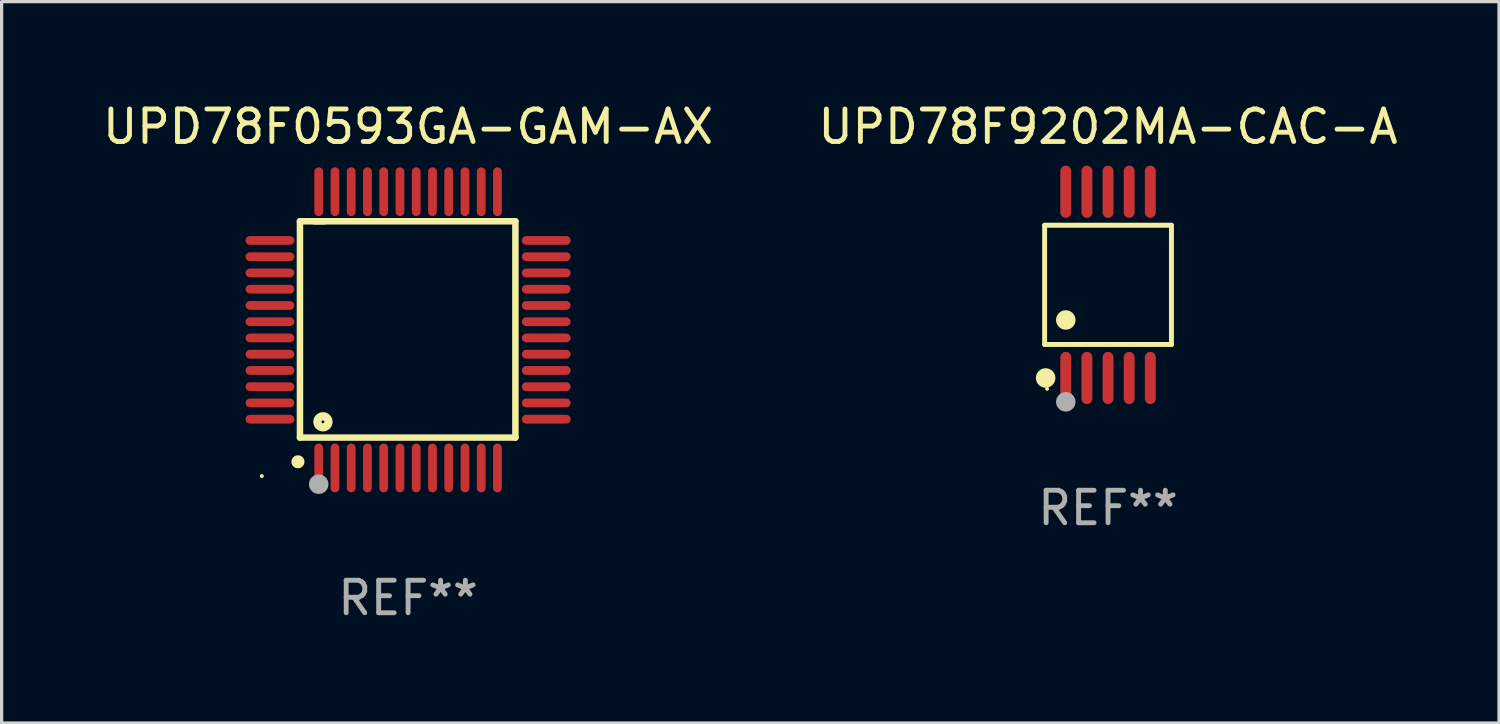
<source format=kicad_pcb>
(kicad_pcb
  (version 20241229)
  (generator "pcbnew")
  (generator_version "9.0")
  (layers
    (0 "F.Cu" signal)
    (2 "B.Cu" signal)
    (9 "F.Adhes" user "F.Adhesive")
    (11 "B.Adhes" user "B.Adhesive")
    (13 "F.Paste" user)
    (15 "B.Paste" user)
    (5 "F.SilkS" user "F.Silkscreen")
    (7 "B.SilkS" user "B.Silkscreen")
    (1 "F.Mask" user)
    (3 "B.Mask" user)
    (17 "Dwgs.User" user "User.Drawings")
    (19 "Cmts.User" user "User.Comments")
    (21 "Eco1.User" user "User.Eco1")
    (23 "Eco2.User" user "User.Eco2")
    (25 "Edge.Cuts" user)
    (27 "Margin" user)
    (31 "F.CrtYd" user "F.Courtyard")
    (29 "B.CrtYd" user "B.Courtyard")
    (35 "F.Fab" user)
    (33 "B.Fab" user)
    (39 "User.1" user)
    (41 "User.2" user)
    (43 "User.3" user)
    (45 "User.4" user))
  (footprint "UPD78F0593GA-GAM-AX"
    (layer "F.Cu")
    (at 9.506 7.098)
    (property "Reference" "UPD78F0593GA-GAM-AX" (at 0 -6.25 0) (layer "F.SilkS") (effects (font (size 1 1) (thickness 0.15))))
    (attr through_hole)
    (fp_line (start -3.327 -3.34) (end -2.565 -3.34) (stroke (width 0.2) (type solid)) (layer "F.SilkS"))
    (fp_line (start -3.327 3.315) (end -3.327 -3.34) (stroke (width 0.2) (type solid)) (layer "F.SilkS"))
    (fp_line (start -2.896 -3.34) (end 3.302 -3.34) (stroke (width 0.2) (type solid)) (layer "F.SilkS"))
    (fp_line (start 3.302 -3.34) (end 3.302 3.315) (stroke (width 0.2) (type solid)) (layer "F.SilkS"))
    (fp_line (start 3.302 3.315) (end -3.327 3.315) (stroke (width 0.2) (type solid)) (layer "F.SilkS"))
    (fp_arc (start -3.389992 4.059995) (mid -3.388722 4.059991) (end -3.387452 4.059995) (stroke (width 0.4) (type solid)) (layer "F.SilkS"))
    (fp_circle (center -4.5 4.5) (end -4.47 4.5) (stroke (width 0.06) (type solid)) (fill no) (layer "F.SilkS"))
    (fp_circle (center -2.62 2.83) (end -2.45 2.83) (stroke (width 0.254) (type solid)) (fill no) (layer "F.SilkS"))
    (fp_circle (center -2.75 4.75) (end -2.6 4.75) (stroke (width 0.3) (type solid)) (fill no) (layer "F.Fab"))
    (fp_text user "REF**" (at 0 8.25 0) (layer "F.Fab") (effects (font (size 1 1) (thickness 0.15))))
    (pad "1" smd oval (at -2.75 4.25) (size 0.27 1.5) (layers "F.Cu" "F.Mask" "F.Paste"))
    (pad "2" smd oval (at -2.25 4.25) (size 0.27 1.5) (layers "F.Cu" "F.Mask" "F.Paste"))
    (pad "3" smd oval (at -1.75 4.25) (size 0.27 1.5) (layers "F.Cu" "F.Mask" "F.Paste"))
    (pad "4" smd oval (at -1.25 4.25) (size 0.27 1.5) (layers "F.Cu" "F.Mask" "F.Paste"))
    (pad "5" smd oval (at -0.75 4.25) (size 0.27 1.5) (layers "F.Cu" "F.Mask" "F.Paste"))
    (pad "6" smd oval (at -0.25 4.25) (size 0.27 1.5) (layers "F.Cu" "F.Mask" "F.Paste"))
    (pad "7" smd oval (at 0.25 4.25) (size 0.27 1.5) (layers "F.Cu" "F.Mask" "F.Paste"))
    (pad "8" smd oval (at 0.75 4.25) (size 0.27 1.5) (layers "F.Cu" "F.Mask" "F.Paste"))
    (pad "9" smd oval (at 1.25 4.25) (size 0.27 1.5) (layers "F.Cu" "F.Mask" "F.Paste"))
    (pad "10" smd oval (at 1.75 4.25) (size 0.27 1.5) (layers "F.Cu" "F.Mask" "F.Paste"))
    (pad "11" smd oval (at 2.25 4.25) (size 0.27 1.5) (layers "F.Cu" "F.Mask" "F.Paste"))
    (pad "12" smd oval (at 2.75 4.25) (size 0.27 1.5) (layers "F.Cu" "F.Mask" "F.Paste"))
    (pad "13" smd oval (at 4.25 2.75) (size 1.5 0.27) (layers "F.Cu" "F.Mask" "F.Paste"))
    (pad "14" smd oval (at 4.25 2.25) (size 1.5 0.27) (layers "F.Cu" "F.Mask" "F.Paste"))
    (pad "15" smd oval (at 4.25 1.75) (size 1.5 0.27) (layers "F.Cu" "F.Mask" "F.Paste"))
    (pad "16" smd oval (at 4.25 1.25) (size 1.5 0.27) (layers "F.Cu" "F.Mask" "F.Paste"))
    (pad "17" smd oval (at 4.25 0.75) (size 1.5 0.27) (layers "F.Cu" "F.Mask" "F.Paste"))
    (pad "18" smd oval (at 4.25 0.25) (size 1.5 0.27) (layers "F.Cu" "F.Mask" "F.Paste"))
    (pad "19" smd oval (at 4.25 -0.25) (size 1.5 0.27) (layers "F.Cu" "F.Mask" "F.Paste"))
    (pad "20" smd oval (at 4.25 -0.75) (size 1.5 0.27) (layers "F.Cu" "F.Mask" "F.Paste"))
    (pad "21" smd oval (at 4.25 -1.25) (size 1.5 0.27) (layers "F.Cu" "F.Mask" "F.Paste"))
    (pad "22" smd oval (at 4.25 -1.75) (size 1.5 0.27) (layers "F.Cu" "F.Mask" "F.Paste"))
    (pad "23" smd oval (at 4.25 -2.25) (size 1.5 0.27) (layers "F.Cu" "F.Mask" "F.Paste"))
    (pad "24" smd oval (at 4.25 -2.75) (size 1.5 0.27) (layers "F.Cu" "F.Mask" "F.Paste"))
    (pad "25" smd oval (at 2.75 -4.25) (size 0.27 1.5) (layers "F.Cu" "F.Mask" "F.Paste"))
    (pad "26" smd oval (at 2.25 -4.25) (size 0.27 1.5) (layers "F.Cu" "F.Mask" "F.Paste"))
    (pad "27" smd oval (at 1.75 -4.25) (size 0.27 1.5) (layers "F.Cu" "F.Mask" "F.Paste"))
    (pad "28" smd oval (at 1.25 -4.25) (size 0.27 1.5) (layers "F.Cu" "F.Mask" "F.Paste"))
    (pad "29" smd oval (at 0.75 -4.25) (size 0.27 1.5) (layers "F.Cu" "F.Mask" "F.Paste"))
    (pad "30" smd oval (at 0.25 -4.25) (size 0.27 1.5) (layers "F.Cu" "F.Mask" "F.Paste"))
    (pad "31" smd oval (at -0.25 -4.25) (size 0.27 1.5) (layers "F.Cu" "F.Mask" "F.Paste"))
    (pad "32" smd oval (at -0.75 -4.25) (size 0.27 1.5) (layers "F.Cu" "F.Mask" "F.Paste"))
    (pad "33" smd oval (at -1.25 -4.25) (size 0.27 1.5) (layers "F.Cu" "F.Mask" "F.Paste"))
    (pad "34" smd oval (at -1.75 -4.25) (size 0.27 1.5) (layers "F.Cu" "F.Mask" "F.Paste"))
    (pad "35" smd oval (at -2.25 -4.25) (size 0.27 1.5) (layers "F.Cu" "F.Mask" "F.Paste"))
    (pad "36" smd oval (at -2.75 -4.25) (size 0.27 1.5) (layers "F.Cu" "F.Mask" "F.Paste"))
    (pad "37" smd oval (at -4.25 -2.75) (size 1.5 0.27) (layers "F.Cu" "F.Mask" "F.Paste"))
    (pad "38" smd oval (at -4.25 -2.25) (size 1.5 0.27) (layers "F.Cu" "F.Mask" "F.Paste"))
    (pad "39" smd oval (at -4.25 -1.75) (size 1.5 0.27) (layers "F.Cu" "F.Mask" "F.Paste"))
    (pad "40" smd oval (at -4.25 -1.25) (size 1.5 0.27) (layers "F.Cu" "F.Mask" "F.Paste"))
    (pad "41" smd oval (at -4.25 -0.75) (size 1.5 0.27) (layers "F.Cu" "F.Mask" "F.Paste"))
    (pad "42" smd oval (at -4.25 -0.25) (size 1.5 0.27) (layers "F.Cu" "F.Mask" "F.Paste"))
    (pad "43" smd oval (at -4.25 0.25) (size 1.5 0.27) (layers "F.Cu" "F.Mask" "F.Paste"))
    (pad "44" smd oval (at -4.25 0.75) (size 1.5 0.27) (layers "F.Cu" "F.Mask" "F.Paste"))
    (pad "45" smd oval (at -4.25 1.25) (size 1.5 0.27) (layers "F.Cu" "F.Mask" "F.Paste"))
    (pad "46" smd oval (at -4.25 1.75) (size 1.5 0.27) (layers "F.Cu" "F.Mask" "F.Paste"))
    (pad "47" smd oval (at -4.25 2.25) (size 1.5 0.27) (layers "F.Cu" "F.Mask" "F.Paste"))
    (pad "48" smd oval (at -4.25 2.75) (size 1.5 0.27) (layers "F.Cu" "F.Mask" "F.Paste")))
  (footprint "UPD78F9202MA-CAC-A"
    (layer "F.Cu")
    (at 31.042 5.714)
    (property "Reference" "UPD78F9202MA-CAC-A" (at 0 -4.865 0) (layer "F.SilkS") (effects (font (size 1 1) (thickness 0.15))))
    (attr through_hole)
    (fp_line (start -1.951 -1.834) (end 1.951 -1.834) (stroke (width 0.152) (type solid)) (layer "F.SilkS"))
    (fp_line (start -1.951 1.834) (end -1.951 -1.834) (stroke (width 0.152) (type solid)) (layer "F.SilkS"))
    (fp_line (start 1.951 -1.834) (end 1.951 1.834) (stroke (width 0.152) (type solid)) (layer "F.SilkS"))
    (fp_line (start 1.951 1.834) (end -1.951 1.834) (stroke (width 0.152) (type solid)) (layer "F.SilkS"))
    (fp_circle (center -1.92 2.865) (end -1.77 2.865) (stroke (width 0.3) (type solid)) (fill no) (layer "F.SilkS"))
    (fp_circle (center -1.875 3.2) (end -1.845 3.2) (stroke (width 0.06) (type solid)) (fill no) (layer "F.SilkS"))
    (fp_circle (center -1.3 1.081) (end -1.15 1.081) (stroke (width 0.3) (type solid)) (fill no) (layer "F.SilkS"))
    (fp_circle (center -1.3 3.6) (end -1.15 3.6) (stroke (width 0.3) (type solid)) (fill no) (layer "F.Fab"))
    (fp_text user "REF**" (at 0 6.865 0) (layer "F.Fab") (effects (font (size 1 1) (thickness 0.15))))
    (pad "1" smd oval (at -1.3 2.865) (size 0.336 1.606) (layers "F.Cu" "F.Mask" "F.Paste"))
    (pad "2" smd oval (at -0.65 2.865) (size 0.336 1.606) (layers "F.Cu" "F.Mask" "F.Paste"))
    (pad "3" smd oval (at 0 2.865) (size 0.336 1.606) (layers "F.Cu" "F.Mask" "F.Paste"))
    (pad "4" smd oval (at 0.65 2.865) (size 0.336 1.606) (layers "F.Cu" "F.Mask" "F.Paste"))
    (pad "5" smd oval (at 1.3 2.865) (size 0.336 1.606) (layers "F.Cu" "F.Mask" "F.Paste"))
    (pad "6" smd oval (at 1.3 -2.865) (size 0.336 1.606) (layers "F.Cu" "F.Mask" "F.Paste"))
    (pad "7" smd oval (at 0.65 -2.865) (size 0.336 1.606) (layers "F.Cu" "F.Mask" "F.Paste"))
    (pad "8" smd oval (at 0 -2.865) (size 0.336 1.606) (layers "F.Cu" "F.Mask" "F.Paste"))
    (pad "9" smd oval (at -0.65 -2.865) (size 0.336 1.606) (layers "F.Cu" "F.Mask" "F.Paste"))
    (pad "10" smd oval (at -1.3 -2.865) (size 0.336 1.606) (layers "F.Cu" "F.Mask" "F.Paste")))
  (gr_rect
    (start -3 -3)
    (end 43.071 19.196)
    (stroke (width 0.1) (type default))
    (fill no)
    (layer "Edge.Cuts")))
</source>
